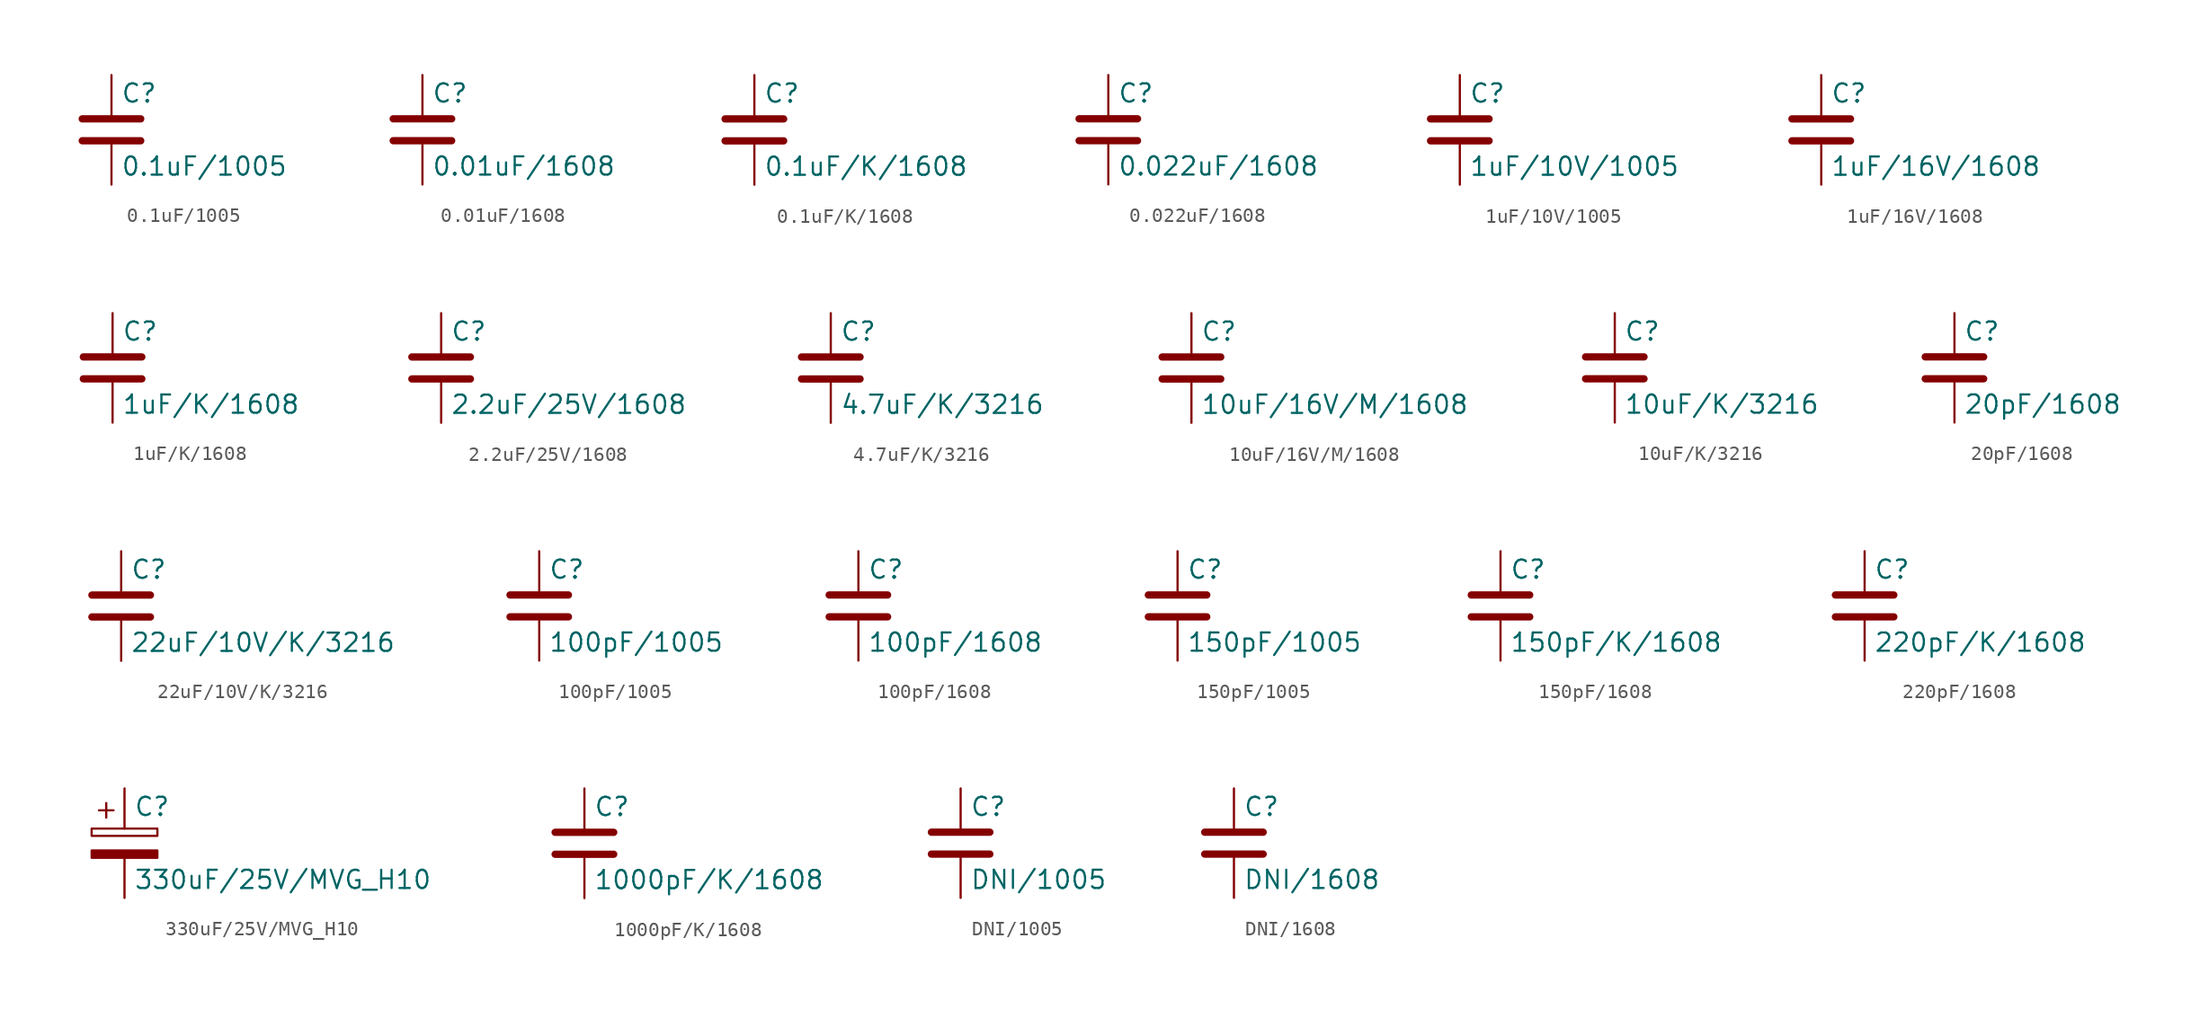
<source format=kicad_sym>
(kicad_symbol_lib
  (version 20220914)
  (generator kicad_symbol_editor)
  (symbol "0.1uF/1005"
    (pin_numbers hide)
    (pin_names
      (offset 0.254))
    (property "Reference" "C"
      (at 0.635 2.54 0)
      (effects (font (size 1.27 1.27)) (justify left)))
    (property "Value" "0.1uF/1005"
      (at 0.635 -2.54 0)
      (effects (font (size 1.27 1.27)) (justify left)))
    (symbol "0.1uF/1005_0_1"
      (polyline (pts (xy -2.032 -0.762) (xy 2.032 -0.762)) (stroke (width 0.508) (type default)) (fill (type none)))
      (polyline (pts (xy -2.032 0.762) (xy 2.032 0.762)) (stroke (width 0.508) (type default)) (fill (type none))))
    (symbol "0.1uF/1005_1_1"
      (pin passive line (at 0 3.81 270) (length 2.794) (name "~" (effects (font (size 1.27 1.27)))) (number "1" (effects (font (size 1.27 1.27)))))
      (pin passive line (at 0 -3.81 90) (length 2.794) (name "~" (effects (font (size 1.27 1.27)))) (number "2" (effects (font (size 1.27 1.27)))))))
  (symbol "0.01uF/1608"
    (pin_numbers hide)
    (pin_names
      (offset 0) hide)
    (property "Reference" "C"
      (at 0.635 2.54 0)
      (effects (font (size 1.27 1.27)) (justify left)))
    (property "Value" "0.01uF/1608"
      (at 0.635 -2.54 0)
      (effects (font (size 1.27 1.27)) (justify left)))
    (symbol "0.01uF/1608_0_1"
      (polyline (pts (xy -2.032 -0.762) (xy 2.032 -0.762)) (stroke (width 0.508) (type default)) (fill (type none)))
      (polyline (pts (xy -2.032 0.762) (xy 2.032 0.762)) (stroke (width 0.508) (type default)) (fill (type none))))
    (symbol "0.01uF/1608_1_1"
      (pin passive line (at 0 3.81 270) (length 2.794) (name "~" (effects (font (size 1.27 1.27)))) (number "1" (effects (font (size 1.27 1.27)))))
      (pin passive line (at 0 -3.81 90) (length 2.794) (name "~" (effects (font (size 1.27 1.27)))) (number "2" (effects (font (size 1.27 1.27)))))))
  (symbol "0.1uF/K/1608"
    (pin_numbers hide)
    (pin_names
      (offset 0) hide)
    (property "Reference" "C"
      (at 0.635 2.54 0)
      (effects (font (size 1.27 1.27)) (justify left)))
    (property "Value" "0.1uF/K/1608"
      (at 0.635 -2.54 0)
      (effects (font (size 1.27 1.27)) (justify left)))
    (symbol "0.1uF/K/1608_0_1"
      (polyline (pts (xy -2.032 -0.762) (xy 2.032 -0.762)) (stroke (width 0.508) (type default)) (fill (type none)))
      (polyline (pts (xy -2.032 0.762) (xy 2.032 0.762)) (stroke (width 0.508) (type default)) (fill (type none))))
    (symbol "0.1uF/K/1608_1_1"
      (pin passive line (at 0 3.81 270) (length 2.794) (name "~" (effects (font (size 1.27 1.27)))) (number "1" (effects (font (size 1.27 1.27)))))
      (pin passive line (at 0 -3.81 90) (length 2.794) (name "~" (effects (font (size 1.27 1.27)))) (number "2" (effects (font (size 1.27 1.27)))))))
  (symbol "0.022uF/1608"
    (pin_numbers hide)
    (pin_names
      (offset 0) hide)
    (property "Reference" "C"
      (at 0.635 2.54 0)
      (effects (font (size 1.27 1.27)) (justify left)))
    (property "Value" "0.022uF/1608"
      (at 0.635 -2.54 0)
      (effects (font (size 1.27 1.27)) (justify left)))
    (symbol "0.022uF/1608_0_1"
      (polyline (pts (xy -2.032 -0.762) (xy 2.032 -0.762)) (stroke (width 0.508) (type default)) (fill (type none)))
      (polyline (pts (xy -2.032 0.762) (xy 2.032 0.762)) (stroke (width 0.508) (type default)) (fill (type none))))
    (symbol "0.022uF/1608_1_1"
      (pin passive line (at 0 3.81 270) (length 2.794) (name "~" (effects (font (size 1.27 1.27)))) (number "1" (effects (font (size 1.27 1.27)))))
      (pin passive line (at 0 -3.81 90) (length 2.794) (name "~" (effects (font (size 1.27 1.27)))) (number "2" (effects (font (size 1.27 1.27)))))))
  (symbol "1uF/10V/1005"
    (pin_numbers hide)
    (pin_names
      (offset 0.254))
    (property "Reference" "C"
      (at 0.635 2.54 0)
      (effects (font (size 1.27 1.27)) (justify left)))
    (property "Value" "1uF/10V/1005"
      (at 0.635 -2.54 0)
      (effects (font (size 1.27 1.27)) (justify left)))
    (symbol "1uF/10V/1005_0_1"
      (polyline (pts (xy -2.032 -0.762) (xy 2.032 -0.762)) (stroke (width 0.508) (type default)) (fill (type none)))
      (polyline (pts (xy -2.032 0.762) (xy 2.032 0.762)) (stroke (width 0.508) (type default)) (fill (type none))))
    (symbol "1uF/10V/1005_1_1"
      (pin passive line (at 0 3.81 270) (length 2.794) (name "~" (effects (font (size 1.27 1.27)))) (number "1" (effects (font (size 1.27 1.27)))))
      (pin passive line (at 0 -3.81 90) (length 2.794) (name "~" (effects (font (size 1.27 1.27)))) (number "2" (effects (font (size 1.27 1.27)))))))
  (symbol "1uF/16V/1608"
    (pin_numbers hide)
    (pin_names
      (offset 0) hide)
    (property "Reference" "C"
      (at 0.635 2.54 0)
      (effects (font (size 1.27 1.27)) (justify left)))
    (property "Value" "1uF/16V/1608"
      (at 0.635 -2.54 0)
      (effects (font (size 1.27 1.27)) (justify left)))
    (symbol "1uF/16V/1608_0_1"
      (polyline (pts (xy -2.032 -0.762) (xy 2.032 -0.762)) (stroke (width 0.508) (type default)) (fill (type none)))
      (polyline (pts (xy -2.032 0.762) (xy 2.032 0.762)) (stroke (width 0.508) (type default)) (fill (type none))))
    (symbol "1uF/16V/1608_1_1"
      (pin passive line (at 0 3.81 270) (length 2.794) (name "~" (effects (font (size 1.27 1.27)))) (number "1" (effects (font (size 1.27 1.27)))))
      (pin passive line (at 0 -3.81 90) (length 2.794) (name "~" (effects (font (size 1.27 1.27)))) (number "2" (effects (font (size 1.27 1.27)))))))
  (symbol "1uF/K/1608"
    (pin_numbers hide)
    (pin_names
      (offset 0) hide)
    (property "Reference" "C"
      (at 0.635 2.54 0)
      (effects (font (size 1.27 1.27)) (justify left)))
    (property "Value" "1uF/K/1608"
      (at 0.635 -2.54 0)
      (effects (font (size 1.27 1.27)) (justify left)))
    (symbol "1uF/K/1608_0_1"
      (polyline (pts (xy -2.032 -0.762) (xy 2.032 -0.762)) (stroke (width 0.508) (type default)) (fill (type none)))
      (polyline (pts (xy -2.032 0.762) (xy 2.032 0.762)) (stroke (width 0.508) (type default)) (fill (type none))))
    (symbol "1uF/K/1608_1_1"
      (pin passive line (at 0 3.81 270) (length 2.794) (name "~" (effects (font (size 1.27 1.27)))) (number "1" (effects (font (size 1.27 1.27)))))
      (pin passive line (at 0 -3.81 90) (length 2.794) (name "~" (effects (font (size 1.27 1.27)))) (number "2" (effects (font (size 1.27 1.27)))))))
  (symbol "2.2uF/25V/1608"
    (pin_numbers hide)
    (pin_names
      (offset 0) hide)
    (property "Reference" "C"
      (at 0.635 2.54 0)
      (effects (font (size 1.27 1.27)) (justify left)))
    (property "Value" "2.2uF/25V/1608"
      (at 0.635 -2.54 0)
      (effects (font (size 1.27 1.27)) (justify left)))
    (symbol "2.2uF/25V/1608_0_1"
      (polyline (pts (xy -2.032 -0.762) (xy 2.032 -0.762)) (stroke (width 0.508) (type default)) (fill (type none)))
      (polyline (pts (xy -2.032 0.762) (xy 2.032 0.762)) (stroke (width 0.508) (type default)) (fill (type none))))
    (symbol "2.2uF/25V/1608_1_1"
      (pin passive line (at 0 3.81 270) (length 2.794) (name "~" (effects (font (size 1.27 1.27)))) (number "1" (effects (font (size 1.27 1.27)))))
      (pin passive line (at 0 -3.81 90) (length 2.794) (name "~" (effects (font (size 1.27 1.27)))) (number "2" (effects (font (size 1.27 1.27)))))))
  (symbol "4.7uF/K/3216"
    (pin_numbers hide)
    (pin_names
      (offset 0) hide)
    (property "Reference" "C"
      (at 0.635 2.54 0)
      (effects (font (size 1.27 1.27)) (justify left)))
    (property "Value" "4.7uF/K/3216"
      (at 0.635 -2.54 0)
      (effects (font (size 1.27 1.27)) (justify left)))
    (symbol "4.7uF/K/3216_0_1"
      (polyline (pts (xy -2.032 -0.762) (xy 2.032 -0.762)) (stroke (width 0.508) (type default)) (fill (type none)))
      (polyline (pts (xy -2.032 0.762) (xy 2.032 0.762)) (stroke (width 0.508) (type default)) (fill (type none))))
    (symbol "4.7uF/K/3216_1_1"
      (pin passive line (at 0 3.81 270) (length 2.794) (name "~" (effects (font (size 1.27 1.27)))) (number "1" (effects (font (size 1.27 1.27)))))
      (pin passive line (at 0 -3.81 90) (length 2.794) (name "~" (effects (font (size 1.27 1.27)))) (number "2" (effects (font (size 1.27 1.27)))))))
  (symbol "10uF/16V/M/1608"
    (pin_numbers hide)
    (pin_names
      (offset 0) hide)
    (property "Reference" "C"
      (at 0.635 2.54 0)
      (effects (font (size 1.27 1.27)) (justify left)))
    (property "Value" "10uF/16V/M/1608"
      (at 0.635 -2.54 0)
      (effects (font (size 1.27 1.27)) (justify left)))
    (symbol "10uF/16V/M/1608_0_1"
      (polyline (pts (xy -2.032 -0.762) (xy 2.032 -0.762)) (stroke (width 0.508) (type default)) (fill (type none)))
      (polyline (pts (xy -2.032 0.762) (xy 2.032 0.762)) (stroke (width 0.508) (type default)) (fill (type none))))
    (symbol "10uF/16V/M/1608_1_1"
      (pin passive line (at 0 3.81 270) (length 2.794) (name "~" (effects (font (size 1.27 1.27)))) (number "1" (effects (font (size 1.27 1.27)))))
      (pin passive line (at 0 -3.81 90) (length 2.794) (name "~" (effects (font (size 1.27 1.27)))) (number "2" (effects (font (size 1.27 1.27)))))))
  (symbol "10uF/K/3216"
    (pin_numbers hide)
    (pin_names
      (offset 0) hide)
    (property "Reference" "C"
      (at 0.635 2.54 0)
      (effects (font (size 1.27 1.27)) (justify left)))
    (property "Value" "10uF/K/3216"
      (at 0.635 -2.54 0)
      (effects (font (size 1.27 1.27)) (justify left)))
    (symbol "10uF/K/3216_0_1"
      (polyline (pts (xy -2.032 -0.762) (xy 2.032 -0.762)) (stroke (width 0.508) (type default)) (fill (type none)))
      (polyline (pts (xy -2.032 0.762) (xy 2.032 0.762)) (stroke (width 0.508) (type default)) (fill (type none))))
    (symbol "10uF/K/3216_1_1"
      (pin passive line (at 0 3.81 270) (length 2.794) (name "~" (effects (font (size 1.27 1.27)))) (number "1" (effects (font (size 1.27 1.27)))))
      (pin passive line (at 0 -3.81 90) (length 2.794) (name "~" (effects (font (size 1.27 1.27)))) (number "2" (effects (font (size 1.27 1.27)))))))
  (symbol "20pF/1608"
    (pin_numbers hide)
    (pin_names
      (offset 0) hide)
    (property "Reference" "C"
      (at 0.635 2.54 0)
      (effects (font (size 1.27 1.27)) (justify left)))
    (property "Value" "20pF/1608"
      (at 0.635 -2.54 0)
      (effects (font (size 1.27 1.27)) (justify left)))
    (symbol "20pF/1608_0_1"
      (polyline (pts (xy -2.032 -0.762) (xy 2.032 -0.762)) (stroke (width 0.508) (type default)) (fill (type none)))
      (polyline (pts (xy -2.032 0.762) (xy 2.032 0.762)) (stroke (width 0.508) (type default)) (fill (type none))))
    (symbol "20pF/1608_1_1"
      (pin passive line (at 0 3.81 270) (length 2.794) (name "~" (effects (font (size 1.27 1.27)))) (number "1" (effects (font (size 1.27 1.27)))))
      (pin passive line (at 0 -3.81 90) (length 2.794) (name "~" (effects (font (size 1.27 1.27)))) (number "2" (effects (font (size 1.27 1.27)))))))
  (symbol "22uF/10V/K/3216"
    (pin_numbers hide)
    (pin_names
      (offset 0) hide)
    (property "Reference" "C"
      (at 0.635 2.54 0)
      (effects (font (size 1.27 1.27)) (justify left)))
    (property "Value" "22uF/10V/K/3216"
      (at 0.635 -2.54 0)
      (effects (font (size 1.27 1.27)) (justify left)))
    (symbol "22uF/10V/K/3216_0_1"
      (polyline (pts (xy -2.032 -0.762) (xy 2.032 -0.762)) (stroke (width 0.508) (type default)) (fill (type none)))
      (polyline (pts (xy -2.032 0.762) (xy 2.032 0.762)) (stroke (width 0.508) (type default)) (fill (type none))))
    (symbol "22uF/10V/K/3216_1_1"
      (pin passive line (at 0 3.81 270) (length 2.794) (name "~" (effects (font (size 1.27 1.27)))) (number "1" (effects (font (size 1.27 1.27)))))
      (pin passive line (at 0 -3.81 90) (length 2.794) (name "~" (effects (font (size 1.27 1.27)))) (number "2" (effects (font (size 1.27 1.27)))))))
  (symbol "100pF/1005"
    (pin_numbers hide)
    (pin_names
      (offset 0.254))
    (property "Reference" "C"
      (at 0.635 2.54 0)
      (effects (font (size 1.27 1.27)) (justify left)))
    (property "Value" "100pF/1005"
      (at 0.635 -2.54 0)
      (effects (font (size 1.27 1.27)) (justify left)))
    (symbol "100pF/1005_0_1"
      (polyline (pts (xy -2.032 -0.762) (xy 2.032 -0.762)) (stroke (width 0.508) (type default)) (fill (type none)))
      (polyline (pts (xy -2.032 0.762) (xy 2.032 0.762)) (stroke (width 0.508) (type default)) (fill (type none))))
    (symbol "100pF/1005_1_1"
      (pin passive line (at 0 3.81 270) (length 2.794) (name "~" (effects (font (size 1.27 1.27)))) (number "1" (effects (font (size 1.27 1.27)))))
      (pin passive line (at 0 -3.81 90) (length 2.794) (name "~" (effects (font (size 1.27 1.27)))) (number "2" (effects (font (size 1.27 1.27)))))))
  (symbol "100pF/1608"
    (pin_numbers hide)
    (pin_names
      (offset 0) hide)
    (property "Reference" "C"
      (at 0.635 2.54 0)
      (effects (font (size 1.27 1.27)) (justify left)))
    (property "Value" "100pF/1608"
      (at 0.635 -2.54 0)
      (effects (font (size 1.27 1.27)) (justify left)))
    (symbol "100pF/1608_0_1"
      (polyline (pts (xy -2.032 -0.762) (xy 2.032 -0.762)) (stroke (width 0.508) (type default)) (fill (type none)))
      (polyline (pts (xy -2.032 0.762) (xy 2.032 0.762)) (stroke (width 0.508) (type default)) (fill (type none))))
    (symbol "100pF/1608_1_1"
      (pin passive line (at 0 3.81 270) (length 2.794) (name "~" (effects (font (size 1.27 1.27)))) (number "1" (effects (font (size 1.27 1.27)))))
      (pin passive line (at 0 -3.81 90) (length 2.794) (name "~" (effects (font (size 1.27 1.27)))) (number "2" (effects (font (size 1.27 1.27)))))))
  (symbol "150pF/1005"
    (pin_numbers hide)
    (pin_names
      (offset 0.254) hide)
    (property "Reference" "C"
      (at 0.635 2.54 0)
      (effects (font (size 1.27 1.27)) (justify left)))
    (property "Value" "150pF/1005"
      (at 0.635 -2.54 0)
      (effects (font (size 1.27 1.27)) (justify left)))
    (symbol "150pF/1005_0_1"
      (polyline (pts (xy -2.032 -0.762) (xy 2.032 -0.762)) (stroke (width 0.508) (type default)) (fill (type none)))
      (polyline (pts (xy -2.032 0.762) (xy 2.032 0.762)) (stroke (width 0.508) (type default)) (fill (type none))))
    (symbol "150pF/1005_1_1"
      (pin passive line (at 0 3.81 270) (length 2.794) (name "~" (effects (font (size 1.27 1.27)))) (number "1" (effects (font (size 1.27 1.27)))))
      (pin passive line (at 0 -3.81 90) (length 2.794) (name "~" (effects (font (size 1.27 1.27)))) (number "2" (effects (font (size 1.27 1.27)))))))
  (symbol "150pF/1608"
    (pin_numbers hide)
    (pin_names
      (offset 0) hide)
    (property "Reference" "C"
      (at 0.635 2.54 0)
      (effects (font (size 1.27 1.27)) (justify left)))
    (property "Value" "150pF/K/1608"
      (at 0.635 -2.54 0)
      (effects (font (size 1.27 1.27)) (justify left)))
    (symbol "150pF/1608_0_1"
      (polyline (pts (xy -2.032 -0.762) (xy 2.032 -0.762)) (stroke (width 0.508) (type default)) (fill (type none)))
      (polyline (pts (xy -2.032 0.762) (xy 2.032 0.762)) (stroke (width 0.508) (type default)) (fill (type none))))
    (symbol "150pF/1608_1_1"
      (pin passive line (at 0 3.81 270) (length 2.794) (name "~" (effects (font (size 1.27 1.27)))) (number "1" (effects (font (size 1.27 1.27)))))
      (pin passive line (at 0 -3.81 90) (length 2.794) (name "~" (effects (font (size 1.27 1.27)))) (number "2" (effects (font (size 1.27 1.27)))))))
  (symbol "220pF/1608"
    (pin_numbers hide)
    (pin_names
      (offset 0) hide)
    (property "Reference" "C"
      (at 0.635 2.54 0)
      (effects (font (size 1.27 1.27)) (justify left)))
    (property "Value" "220pF/K/1608"
      (at 0.635 -2.54 0)
      (effects (font (size 1.27 1.27)) (justify left)))
    (symbol "220pF/1608_0_1"
      (polyline (pts (xy -2.032 -0.762) (xy 2.032 -0.762)) (stroke (width 0.508) (type default)) (fill (type none)))
      (polyline (pts (xy -2.032 0.762) (xy 2.032 0.762)) (stroke (width 0.508) (type default)) (fill (type none))))
    (symbol "220pF/1608_1_1"
      (pin passive line (at 0 3.81 270) (length 2.794) (name "~" (effects (font (size 1.27 1.27)))) (number "1" (effects (font (size 1.27 1.27)))))
      (pin passive line (at 0 -3.81 90) (length 2.794) (name "~" (effects (font (size 1.27 1.27)))) (number "2" (effects (font (size 1.27 1.27)))))))
  (symbol "330uF/25V/MVG_H10"
    (pin_numbers hide)
    (pin_names
      (offset 0.254))
    (property "Reference" "C"
      (at 0.635 2.54 0)
      (effects (font (size 1.27 1.27)) (justify left)))
    (property "Value" "330uF/25V/MVG_H10"
      (at 0.635 -2.54 0)
      (effects (font (size 1.27 1.27)) (justify left)))
    (symbol "330uF/25V/MVG_H10_0_1"
      (rectangle (start -2.286 0.508) (end 2.286 1.016) (stroke (width 0) (type default)) (fill (type none)))
      (polyline (pts (xy -1.778 2.286) (xy -0.762 2.286)) (stroke (width 0) (type default)) (fill (type none)))
      (polyline (pts (xy -1.27 2.794) (xy -1.27 1.778)) (stroke (width 0) (type default)) (fill (type none)))
      (rectangle (start 2.286 -0.508) (end -2.286 -1.016) (stroke (width 0) (type default)) (fill (type outline))))
    (symbol "330uF/25V/MVG_H10_1_1"
      (pin passive line (at 0 3.81 270) (length 2.794) (name "~" (effects (font (size 1.27 1.27)))) (number "1" (effects (font (size 1.27 1.27)))))
      (pin passive line (at 0 -3.81 90) (length 2.794) (name "~" (effects (font (size 1.27 1.27)))) (number "2" (effects (font (size 1.27 1.27)))))))
  (symbol "1000pF/K/1608"
    (pin_numbers hide)
    (pin_names
      (offset 0) hide)
    (property "Reference" "C"
      (at 0.635 2.54 0)
      (effects (font (size 1.27 1.27)) (justify left)))
    (property "Value" "1000pF/K/1608"
      (at 0.635 -2.54 0)
      (effects (font (size 1.27 1.27)) (justify left)))
    (symbol "1000pF/K/1608_0_1"
      (polyline (pts (xy -2.032 -0.762) (xy 2.032 -0.762)) (stroke (width 0.508) (type default)) (fill (type none)))
      (polyline (pts (xy -2.032 0.762) (xy 2.032 0.762)) (stroke (width 0.508) (type default)) (fill (type none))))
    (symbol "1000pF/K/1608_1_1"
      (pin passive line (at 0 3.81 270) (length 2.794) (name "~" (effects (font (size 1.27 1.27)))) (number "1" (effects (font (size 1.27 1.27)))))
      (pin passive line (at 0 -3.81 90) (length 2.794) (name "~" (effects (font (size 1.27 1.27)))) (number "2" (effects (font (size 1.27 1.27)))))))
  (symbol "DNI/1005"
    (pin_numbers hide)
    (pin_names
      (offset 0) hide)
    (property "Reference" "C"
      (at 0.635 2.54 0)
      (effects (font (size 1.27 1.27)) (justify left)))
    (property "Value" "DNI/1005"
      (at 0.635 -2.54 0)
      (effects (font (size 1.27 1.27)) (justify left)))
    (symbol "DNI/1005_0_1"
      (polyline (pts (xy -2.032 -0.762) (xy 2.032 -0.762)) (stroke (width 0.508) (type default)) (fill (type none)))
      (polyline (pts (xy -2.032 0.762) (xy 2.032 0.762)) (stroke (width 0.508) (type default)) (fill (type none))))
    (symbol "DNI/1005_1_1"
      (pin passive line (at 0 3.81 270) (length 2.794) (name "~" (effects (font (size 1.27 1.27)))) (number "1" (effects (font (size 1.27 1.27)))))
      (pin passive line (at 0 -3.81 90) (length 2.794) (name "~" (effects (font (size 1.27 1.27)))) (number "2" (effects (font (size 1.27 1.27)))))))
  (symbol "DNI/1608"
    (pin_numbers hide)
    (pin_names
      (offset 0) hide)
    (property "Reference" "C"
      (at 0.635 2.54 0)
      (effects (font (size 1.27 1.27)) (justify left)))
    (property "Value" "DNI/1608"
      (at 0.635 -2.54 0)
      (effects (font (size 1.27 1.27)) (justify left)))
    (symbol "DNI/1608_0_1"
      (polyline (pts (xy -2.032 -0.762) (xy 2.032 -0.762)) (stroke (width 0.508) (type default)) (fill (type none)))
      (polyline (pts (xy -2.032 0.762) (xy 2.032 0.762)) (stroke (width 0.508) (type default)) (fill (type none))))
    (symbol "DNI/1608_1_1"
      (pin passive line (at 0 3.81 270) (length 2.794) (name "~" (effects (font (size 1.27 1.27)))) (number "1" (effects (font (size 1.27 1.27)))))
      (pin passive line (at 0 -3.81 90) (length 2.794) (name "~" (effects (font (size 1.27 1.27)))) (number "2" (effects (font (size 1.27 1.27))))))))
</source>
